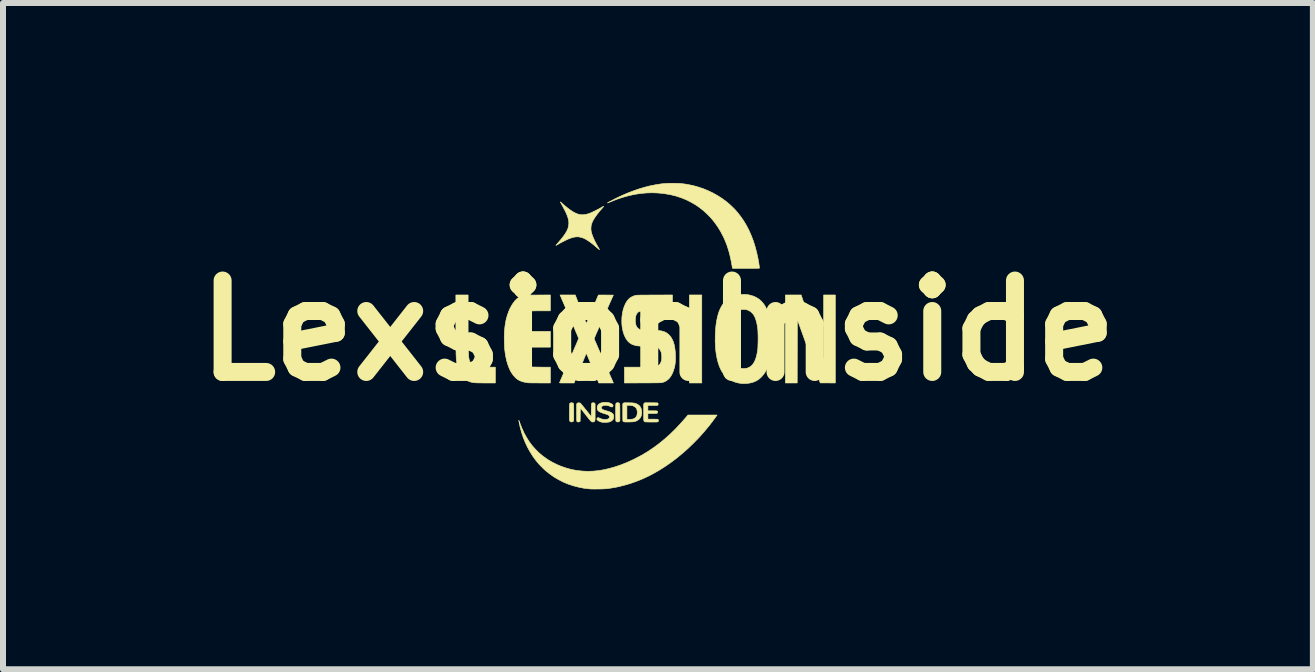
<source format=kicad_pcb>
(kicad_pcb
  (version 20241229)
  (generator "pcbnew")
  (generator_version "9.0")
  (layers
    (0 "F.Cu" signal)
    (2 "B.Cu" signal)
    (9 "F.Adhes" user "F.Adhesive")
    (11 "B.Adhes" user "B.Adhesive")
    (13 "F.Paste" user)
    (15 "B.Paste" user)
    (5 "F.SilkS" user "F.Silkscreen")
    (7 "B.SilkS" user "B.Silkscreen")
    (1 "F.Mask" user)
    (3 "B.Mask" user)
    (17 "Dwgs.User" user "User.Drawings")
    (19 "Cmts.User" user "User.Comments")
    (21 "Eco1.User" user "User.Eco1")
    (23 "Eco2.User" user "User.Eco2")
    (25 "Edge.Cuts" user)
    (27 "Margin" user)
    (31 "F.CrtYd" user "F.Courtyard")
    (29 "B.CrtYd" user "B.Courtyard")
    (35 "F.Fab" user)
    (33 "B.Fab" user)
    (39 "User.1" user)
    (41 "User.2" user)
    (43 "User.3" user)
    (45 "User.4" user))
  (footprint "LexsionInside"
    (layer "F.Cu")
    (at 7.918 2.461)
    (property "Reference" "LexsionInside" (at 0 0 0) (layer "F.SilkS") (effects (font (size 1.524 1.524) (thickness 0.3))))
    (attr through_hole)
    (fp_poly (pts (xy 0.73 0.873) (xy 0.524 0.873) (xy 0.524 -0.594) (xy 0.73 -0.594) (xy 0.73 0.873)) (stroke (width 0.01) (type solid)) (fill yes) (layer "F.SilkS"))
    (fp_poly (pts (xy 2.574 -0.054) (xy 2.761 0.487) (xy 2.762 -0.594) (xy 2.956 -0.594) (xy 2.956 0.873) (xy 2.83 0.872) (xy 2.705 0.872) (xy 2.323 -0.186) (xy 2.321 0.873) (xy 2.124 0.873) (xy 2.124 -0.594) (xy 2.386 -0.594) (xy 2.574 -0.054)) (stroke (width 0.01) (type solid)) (fill yes) (layer "F.SilkS"))
    (fp_poly (pts (xy -0.655 1.204) (xy -0.644 1.21) (xy -0.639 1.218) (xy -0.638 1.223) (xy -0.637 1.234) (xy -0.636 1.25) (xy -0.636 1.272) (xy -0.635 1.3) (xy -0.635 1.334) (xy -0.635 1.365) (xy -0.635 1.504) (xy -0.643 1.512) (xy -0.656 1.521) (xy -0.67 1.523) (xy -0.686 1.52) (xy -0.688 1.519) (xy -0.696 1.515) (xy -0.701 1.509) (xy -0.701 1.509) (xy -0.702 1.504) (xy -0.703 1.493) (xy -0.704 1.475) (xy -0.704 1.452) (xy -0.705 1.423) (xy -0.705 1.387) (xy -0.705 1.361) (xy -0.705 1.326) (xy -0.705 1.297) (xy -0.705 1.273) (xy -0.704 1.254) (xy -0.704 1.239) (xy -0.703 1.228) (xy -0.701 1.219) (xy -0.699 1.213) (xy -0.697 1.21) (xy -0.694 1.207) (xy -0.69 1.205) (xy -0.685 1.204) (xy -0.684 1.204) (xy -0.669 1.202) (xy -0.655 1.204)) (stroke (width 0.01) (type solid)) (fill yes) (layer "F.SilkS"))
    (fp_poly (pts (xy -1.431 1.203) (xy -1.418 1.208) (xy -1.411 1.213) (xy -1.41 1.215) (xy -1.408 1.218) (xy -1.407 1.221) (xy -1.407 1.227) (xy -1.406 1.235) (xy -1.405 1.246) (xy -1.405 1.261) (xy -1.405 1.28) (xy -1.404 1.303) (xy -1.404 1.332) (xy -1.404 1.357) (xy -1.404 1.392) (xy -1.404 1.423) (xy -1.404 1.449) (xy -1.404 1.471) (xy -1.405 1.487) (xy -1.406 1.498) (xy -1.406 1.503) (xy -1.413 1.513) (xy -1.424 1.52) (xy -1.437 1.523) (xy -1.451 1.521) (xy -1.457 1.519) (xy -1.462 1.516) (xy -1.465 1.514) (xy -1.468 1.511) (xy -1.471 1.507) (xy -1.473 1.501) (xy -1.474 1.492) (xy -1.475 1.481) (xy -1.476 1.466) (xy -1.476 1.448) (xy -1.476 1.424) (xy -1.476 1.396) (xy -1.476 1.361) (xy -1.476 1.358) (xy -1.475 1.325) (xy -1.475 1.297) (xy -1.475 1.275) (xy -1.475 1.257) (xy -1.474 1.244) (xy -1.474 1.233) (xy -1.473 1.226) (xy -1.472 1.221) (xy -1.471 1.217) (xy -1.47 1.215) (xy -1.469 1.213) (xy -1.458 1.206) (xy -1.445 1.202) (xy -1.431 1.203)) (stroke (width 0.01) (type solid)) (fill yes) (layer "F.SilkS"))
    (fp_poly (pts (xy -0.464 1.204) (xy -0.439 1.204) (xy -0.418 1.206) (xy -0.4 1.208) (xy -0.385 1.211) (xy -0.37 1.215) (xy -0.356 1.221) (xy -0.35 1.224) (xy -0.325 1.239) (xy -0.304 1.258) (xy -0.289 1.281) (xy -0.278 1.308) (xy -0.272 1.336) (xy -0.27 1.371) (xy -0.274 1.403) (xy -0.283 1.432) (xy -0.297 1.457) (xy -0.317 1.478) (xy -0.341 1.496) (xy -0.37 1.51) (xy -0.391 1.516) (xy -0.401 1.518) (xy -0.417 1.52) (xy -0.435 1.521) (xy -0.456 1.522) (xy -0.478 1.523) (xy -0.5 1.523) (xy -0.521 1.523) (xy -0.54 1.523) (xy -0.555 1.522) (xy -0.566 1.521) (xy -0.57 1.52) (xy -0.578 1.515) (xy -0.584 1.509) (xy -0.584 1.509) (xy -0.585 1.504) (xy -0.586 1.493) (xy -0.586 1.475) (xy -0.587 1.452) (xy -0.587 1.423) (xy -0.587 1.387) (xy -0.587 1.361) (xy -0.587 1.245) (xy -0.518 1.245) (xy -0.518 1.48) (xy -0.471 1.479) (xy -0.445 1.478) (xy -0.426 1.476) (xy -0.413 1.473) (xy -0.41 1.472) (xy -0.388 1.461) (xy -0.37 1.445) (xy -0.356 1.425) (xy -0.351 1.411) (xy -0.347 1.394) (xy -0.345 1.373) (xy -0.345 1.352) (xy -0.348 1.331) (xy -0.352 1.314) (xy -0.352 1.313) (xy -0.363 1.292) (xy -0.378 1.276) (xy -0.397 1.263) (xy -0.421 1.253) (xy -0.45 1.247) (xy -0.484 1.245) (xy -0.494 1.245) (xy -0.518 1.245) (xy -0.587 1.245) (xy -0.587 1.22) (xy -0.578 1.212) (xy -0.568 1.203) (xy -0.495 1.203) (xy -0.464 1.204)) (stroke (width 0.01) (type solid)) (fill yes) (layer "F.SilkS"))
    (fp_poly (pts (xy -3.165 -0.191) (xy -3.165 -0.115) (xy -3.165 -0.044) (xy -3.165 0.02) (xy -3.165 0.08) (xy -3.165 0.134) (xy -3.164 0.182) (xy -3.163 0.227) (xy -3.163 0.267) (xy -3.162 0.302) (xy -3.161 0.334) (xy -3.16 0.362) (xy -3.159 0.387) (xy -3.157 0.409) (xy -3.156 0.428) (xy -3.154 0.445) (xy -3.152 0.459) (xy -3.15 0.472) (xy -3.148 0.482) (xy -3.146 0.488) (xy -3.137 0.516) (xy -3.125 0.539) (xy -3.11 0.558) (xy -3.091 0.573) (xy -3.068 0.586) (xy -3.04 0.595) (xy -3.007 0.602) (xy -2.977 0.606) (xy -2.965 0.607) (xy -2.948 0.608) (xy -2.927 0.608) (xy -2.903 0.609) (xy -2.876 0.609) (xy -2.848 0.61) (xy -2.827 0.61) (xy -2.711 0.61) (xy -2.711 0.873) (xy -2.866 0.873) (xy -2.898 0.873) (xy -2.929 0.872) (xy -2.958 0.872) (xy -2.985 0.872) (xy -3.008 0.871) (xy -3.027 0.871) (xy -3.041 0.87) (xy -3.05 0.869) (xy -3.092 0.864) (xy -3.129 0.855) (xy -3.161 0.843) (xy -3.191 0.827) (xy -3.218 0.807) (xy -3.244 0.784) (xy -3.271 0.751) (xy -3.295 0.713) (xy -3.315 0.671) (xy -3.333 0.624) (xy -3.346 0.574) (xy -3.356 0.52) (xy -3.357 0.51) (xy -3.359 0.497) (xy -3.36 0.485) (xy -3.361 0.471) (xy -3.363 0.456) (xy -3.363 0.44) (xy -3.364 0.422) (xy -3.365 0.402) (xy -3.366 0.379) (xy -3.366 0.353) (xy -3.367 0.324) (xy -3.367 0.292) (xy -3.368 0.256) (xy -3.368 0.216) (xy -3.368 0.172) (xy -3.368 0.122) (xy -3.368 0.068) (xy -3.369 0.008) (xy -3.369 -0.058) (xy -3.369 -0.123) (xy -3.369 -0.594) (xy -3.165 -0.594) (xy -3.165 -0.191)) (stroke (width 0.01) (type solid)) (fill yes) (layer "F.SilkS"))
    (fp_poly (pts (xy -1.066 1.204) (xy -1.058 1.209) (xy -1.056 1.211) (xy -1.048 1.219) (xy -1.048 1.357) (xy -1.048 1.392) (xy -1.048 1.422) (xy -1.048 1.446) (xy -1.048 1.465) (xy -1.049 1.481) (xy -1.05 1.492) (xy -1.052 1.501) (xy -1.054 1.508) (xy -1.056 1.512) (xy -1.06 1.515) (xy -1.063 1.517) (xy -1.068 1.519) (xy -1.068 1.519) (xy -1.081 1.523) (xy -1.093 1.523) (xy -1.106 1.518) (xy -1.106 1.518) (xy -1.11 1.516) (xy -1.115 1.512) (xy -1.121 1.506) (xy -1.128 1.498) (xy -1.137 1.488) (xy -1.149 1.474) (xy -1.163 1.456) (xy -1.18 1.434) (xy -1.201 1.408) (xy -1.206 1.401) (xy -1.294 1.289) (xy -1.296 1.401) (xy -1.296 1.427) (xy -1.296 1.451) (xy -1.297 1.472) (xy -1.297 1.49) (xy -1.297 1.503) (xy -1.298 1.511) (xy -1.298 1.514) (xy -1.301 1.515) (xy -1.307 1.519) (xy -1.308 1.519) (xy -1.321 1.523) (xy -1.335 1.523) (xy -1.34 1.522) (xy -1.346 1.518) (xy -1.35 1.515) (xy -1.351 1.514) (xy -1.353 1.511) (xy -1.353 1.507) (xy -1.354 1.501) (xy -1.355 1.493) (xy -1.355 1.481) (xy -1.355 1.466) (xy -1.356 1.446) (xy -1.356 1.422) (xy -1.356 1.392) (xy -1.356 1.366) (xy -1.356 1.222) (xy -1.346 1.213) (xy -1.34 1.207) (xy -1.332 1.204) (xy -1.322 1.203) (xy -1.321 1.203) (xy -1.307 1.205) (xy -1.296 1.208) (xy -1.295 1.209) (xy -1.291 1.212) (xy -1.284 1.22) (xy -1.274 1.232) (xy -1.261 1.248) (xy -1.246 1.266) (xy -1.229 1.287) (xy -1.212 1.309) (xy -1.199 1.324) (xy -1.113 1.434) (xy -1.111 1.328) (xy -1.111 1.297) (xy -1.11 1.272) (xy -1.11 1.253) (xy -1.109 1.237) (xy -1.108 1.226) (xy -1.106 1.218) (xy -1.104 1.212) (xy -1.102 1.209) (xy -1.099 1.206) (xy -1.097 1.205) (xy -1.091 1.204) (xy -1.081 1.203) (xy -1.078 1.203) (xy -1.066 1.204)) (stroke (width 0.01) (type solid)) (fill yes) (layer "F.SilkS"))
    (fp_poly (pts (xy -0.085 1.203) (xy -0.061 1.203) (xy -0.043 1.204) (xy -0.029 1.204) (xy -0.019 1.204) (xy -0.012 1.205) (xy -0.007 1.206) (xy -0.004 1.207) (xy -0.003 1.209) (xy -0.002 1.209) (xy 0.002 1.218) (xy 0.003 1.228) (xy 0.001 1.238) (xy -0.003 1.243) (xy -0.005 1.244) (xy -0.009 1.245) (xy -0.015 1.246) (xy -0.024 1.247) (xy -0.036 1.247) (xy -0.053 1.248) (xy -0.076 1.248) (xy -0.088 1.248) (xy -0.168 1.248) (xy -0.168 1.337) (xy -0.093 1.337) (xy -0.067 1.337) (xy -0.047 1.337) (xy -0.032 1.338) (xy -0.021 1.339) (xy -0.014 1.341) (xy -0.01 1.344) (xy -0.007 1.348) (xy -0.006 1.353) (xy -0.006 1.359) (xy -0.007 1.366) (xy -0.008 1.371) (xy -0.01 1.375) (xy -0.015 1.377) (xy -0.023 1.379) (xy -0.035 1.38) (xy -0.051 1.381) (xy -0.072 1.381) (xy -0.093 1.381) (xy -0.168 1.381) (xy -0.168 1.476) (xy -0.088 1.476) (xy -0.063 1.476) (xy -0.044 1.477) (xy -0.029 1.477) (xy -0.019 1.477) (xy -0.011 1.478) (xy -0.006 1.479) (xy -0.003 1.48) (xy 0.000385 1.482) (xy 0.001 1.483) (xy 0.008 1.491) (xy 0.01 1.5) (xy 0.007 1.51) (xy 0.001 1.517) (xy -0.001 1.519) (xy -0.004 1.521) (xy -0.008 1.522) (xy -0.014 1.523) (xy -0.023 1.523) (xy -0.034 1.524) (xy -0.05 1.524) (xy -0.07 1.524) (xy -0.095 1.524) (xy -0.109 1.524) (xy -0.134 1.524) (xy -0.158 1.523) (xy -0.178 1.523) (xy -0.195 1.522) (xy -0.208 1.522) (xy -0.216 1.521) (xy -0.218 1.521) (xy -0.224 1.517) (xy -0.231 1.51) (xy -0.231 1.51) (xy -0.233 1.507) (xy -0.234 1.505) (xy -0.235 1.502) (xy -0.236 1.497) (xy -0.237 1.49) (xy -0.237 1.48) (xy -0.238 1.468) (xy -0.238 1.451) (xy -0.238 1.43) (xy -0.238 1.404) (xy -0.238 1.373) (xy -0.238 1.222) (xy -0.229 1.213) (xy -0.22 1.203) (xy -0.113 1.203) (xy -0.085 1.203)) (stroke (width 0.01) (type solid)) (fill yes) (layer "F.SilkS"))
    (fp_poly (pts (xy -0.841 1.198) (xy -0.81 1.204) (xy -0.783 1.215) (xy -0.76 1.229) (xy -0.759 1.23) (xy -0.752 1.238) (xy -0.75 1.246) (xy -0.749 1.251) (xy -0.751 1.263) (xy -0.758 1.27) (xy -0.768 1.273) (xy -0.781 1.271) (xy -0.797 1.264) (xy -0.82 1.254) (xy -0.843 1.248) (xy -0.867 1.245) (xy -0.889 1.245) (xy -0.909 1.249) (xy -0.926 1.257) (xy -0.937 1.266) (xy -0.943 1.274) (xy -0.945 1.281) (xy -0.945 1.287) (xy -0.941 1.297) (xy -0.935 1.305) (xy -0.924 1.313) (xy -0.91 1.321) (xy -0.89 1.328) (xy -0.864 1.336) (xy -0.862 1.336) (xy -0.832 1.345) (xy -0.807 1.353) (xy -0.788 1.361) (xy -0.773 1.37) (xy -0.76 1.379) (xy -0.751 1.389) (xy -0.747 1.394) (xy -0.743 1.402) (xy -0.74 1.409) (xy -0.739 1.417) (xy -0.738 1.429) (xy -0.738 1.435) (xy -0.739 1.453) (xy -0.741 1.466) (xy -0.747 1.477) (xy -0.755 1.488) (xy -0.761 1.494) (xy -0.771 1.503) (xy -0.781 1.509) (xy -0.793 1.515) (xy -0.809 1.522) (xy -0.822 1.525) (xy -0.84 1.527) (xy -0.861 1.529) (xy -0.882 1.53) (xy -0.904 1.529) (xy -0.923 1.528) (xy -0.939 1.526) (xy -0.94 1.525) (xy -0.96 1.52) (xy -0.978 1.512) (xy -0.995 1.503) (xy -1.007 1.494) (xy -1.016 1.485) (xy -1.019 1.476) (xy -1.019 1.476) (xy -1.017 1.466) (xy -1.011 1.457) (xy -1.003 1.452) (xy -0.998 1.451) (xy -0.991 1.452) (xy -0.981 1.456) (xy -0.969 1.461) (xy -0.967 1.462) (xy -0.943 1.472) (xy -0.918 1.478) (xy -0.893 1.481) (xy -0.869 1.482) (xy -0.848 1.478) (xy -0.83 1.472) (xy -0.817 1.462) (xy -0.814 1.46) (xy -0.808 1.448) (xy -0.807 1.435) (xy -0.812 1.423) (xy -0.822 1.412) (xy -0.835 1.403) (xy -0.843 1.4) (xy -0.856 1.395) (xy -0.871 1.391) (xy -0.887 1.386) (xy -0.919 1.376) (xy -0.946 1.366) (xy -0.968 1.356) (xy -0.985 1.346) (xy -0.997 1.336) (xy -1.006 1.324) (xy -1.009 1.319) (xy -1.012 1.305) (xy -1.013 1.289) (xy -1.012 1.271) (xy -1.008 1.257) (xy -1.006 1.252) (xy -0.994 1.234) (xy -0.977 1.219) (xy -0.954 1.208) (xy -0.927 1.2) (xy -0.895 1.196) (xy -0.876 1.196) (xy -0.841 1.198)) (stroke (width 0.01) (type solid)) (fill yes) (layer "F.SilkS"))
    (fp_poly (pts (xy 0.979 1.415) (xy 0.972 1.426) (xy 0.962 1.44) (xy 0.949 1.458) (xy 0.934 1.478) (xy 0.918 1.5) (xy 0.901 1.523) (xy 0.884 1.545) (xy 0.868 1.566) (xy 0.853 1.585) (xy 0.846 1.594) (xy 0.765 1.691) (xy 0.681 1.785) (xy 0.593 1.875) (xy 0.503 1.962) (xy 0.41 2.044) (xy 0.315 2.123) (xy 0.218 2.196) (xy 0.12 2.264) (xy 0.021 2.327) (xy -0.079 2.384) (xy -0.149 2.421) (xy -0.254 2.47) (xy -0.36 2.513) (xy -0.468 2.551) (xy -0.577 2.582) (xy -0.686 2.608) (xy -0.796 2.627) (xy -0.848 2.634) (xy -0.863 2.635) (xy -0.884 2.637) (xy -0.909 2.638) (xy -0.937 2.639) (xy -0.967 2.64) (xy -0.999 2.64) (xy -1.029 2.64) (xy -1.059 2.641) (xy -1.087 2.64) (xy -1.111 2.64) (xy -1.131 2.639) (xy -1.143 2.638) (xy -1.236 2.627) (xy -1.326 2.609) (xy -1.414 2.586) (xy -1.498 2.558) (xy -1.58 2.524) (xy -1.658 2.484) (xy -1.734 2.439) (xy -1.806 2.388) (xy -1.876 2.332) (xy -1.919 2.292) (xy -1.978 2.232) (xy -2.033 2.167) (xy -2.084 2.097) (xy -2.131 2.023) (xy -2.174 1.946) (xy -2.212 1.865) (xy -2.246 1.782) (xy -2.274 1.696) (xy -2.298 1.608) (xy -2.31 1.553) (xy -2.313 1.536) (xy -2.316 1.521) (xy -2.318 1.51) (xy -2.32 1.503) (xy -2.32 1.502) (xy -2.321 1.496) (xy -2.32 1.495) (xy -2.317 1.5) (xy -2.313 1.509) (xy -2.308 1.522) (xy -2.304 1.535) (xy -2.271 1.62) (xy -2.235 1.701) (xy -2.193 1.777) (xy -2.148 1.849) (xy -2.098 1.916) (xy -2.043 1.978) (xy -1.984 2.037) (xy -1.921 2.09) (xy -1.903 2.103) (xy -1.835 2.151) (xy -1.762 2.194) (xy -1.686 2.232) (xy -1.607 2.265) (xy -1.526 2.292) (xy -1.442 2.315) (xy -1.357 2.331) (xy -1.341 2.333) (xy -1.257 2.342) (xy -1.17 2.346) (xy -1.082 2.343) (xy -0.992 2.334) (xy -0.9 2.319) (xy -0.807 2.297) (xy -0.712 2.27) (xy -0.615 2.237) (xy -0.517 2.198) (xy -0.418 2.153) (xy -0.378 2.133) (xy -0.275 2.079) (xy -0.174 2.019) (xy -0.077 1.954) (xy 0.019 1.883) (xy 0.112 1.807) (xy 0.204 1.725) (xy 0.293 1.638) (xy 0.381 1.544) (xy 0.465 1.449) (xy 0.5 1.407) (xy 0.743 1.407) (xy 0.985 1.407) (xy 0.979 1.415)) (stroke (width 0.01) (type solid)) (fill yes) (layer "F.SilkS"))
    (fp_poly (pts (xy 0.29 -2.455) (xy 0.327 -2.454) (xy 0.361 -2.453) (xy 0.394 -2.45) (xy 0.426 -2.446) (xy 0.459 -2.442) (xy 0.492 -2.436) (xy 0.58 -2.419) (xy 0.666 -2.395) (xy 0.751 -2.367) (xy 0.834 -2.333) (xy 0.914 -2.295) (xy 0.991 -2.252) (xy 1.065 -2.205) (xy 1.136 -2.153) (xy 1.201 -2.098) (xy 1.262 -2.04) (xy 1.287 -2.014) (xy 1.34 -1.952) (xy 1.388 -1.889) (xy 1.433 -1.823) (xy 1.474 -1.754) (xy 1.513 -1.679) (xy 1.515 -1.675) (xy 1.553 -1.589) (xy 1.588 -1.499) (xy 1.618 -1.405) (xy 1.644 -1.307) (xy 1.667 -1.203) (xy 1.671 -1.18) (xy 1.674 -1.162) (xy 1.678 -1.143) (xy 1.681 -1.123) (xy 1.684 -1.102) (xy 1.687 -1.083) (xy 1.689 -1.067) (xy 1.691 -1.053) (xy 1.692 -1.045) (xy 1.692 -1.043) (xy 1.692 -1.042) (xy 1.689 -1.041) (xy 1.685 -1.04) (xy 1.678 -1.04) (xy 1.669 -1.039) (xy 1.656 -1.039) (xy 1.639 -1.039) (xy 1.618 -1.039) (xy 1.593 -1.038) (xy 1.563 -1.038) (xy 1.528 -1.038) (xy 1.486 -1.038) (xy 1.467 -1.038) (xy 1.242 -1.038) (xy 1.24 -1.049) (xy 1.227 -1.124) (xy 1.213 -1.194) (xy 1.198 -1.26) (xy 1.182 -1.321) (xy 1.164 -1.379) (xy 1.145 -1.436) (xy 1.123 -1.49) (xy 1.1 -1.544) (xy 1.084 -1.576) (xy 1.041 -1.658) (xy 0.993 -1.735) (xy 0.941 -1.808) (xy 0.885 -1.876) (xy 0.824 -1.939) (xy 0.76 -1.998) (xy 0.692 -2.052) (xy 0.62 -2.101) (xy 0.545 -2.144) (xy 0.466 -2.183) (xy 0.384 -2.216) (xy 0.3 -2.243) (xy 0.212 -2.265) (xy 0.197 -2.268) (xy 0.101 -2.284) (xy 0.004 -2.294) (xy -0.093 -2.298) (xy -0.191 -2.295) (xy -0.29 -2.286) (xy -0.389 -2.271) (xy -0.489 -2.249) (xy -0.59 -2.221) (xy -0.691 -2.187) (xy -0.792 -2.147) (xy -0.801 -2.143) (xy -0.816 -2.137) (xy -0.828 -2.132) (xy -0.837 -2.129) (xy -0.842 -2.128) (xy -0.842 -2.128) (xy -0.84 -2.13) (xy -0.834 -2.134) (xy -0.824 -2.14) (xy -0.811 -2.147) (xy -0.805 -2.15) (xy -0.71 -2.2) (xy -0.614 -2.246) (xy -0.517 -2.288) (xy -0.421 -2.325) (xy -0.326 -2.359) (xy -0.232 -2.387) (xy -0.14 -2.411) (xy -0.051 -2.429) (xy 0.022 -2.441) (xy 0.055 -2.446) (xy 0.085 -2.449) (xy 0.112 -2.451) (xy 0.139 -2.453) (xy 0.167 -2.455) (xy 0.197 -2.455) (xy 0.232 -2.456) (xy 0.248 -2.456) (xy 0.29 -2.455)) (stroke (width 0.01) (type solid)) (fill yes) (layer "F.SilkS"))
    (fp_poly (pts (xy -1.794 -0.33) (xy -1.945 -0.33) (xy -1.987 -0.33) (xy -2.024 -0.33) (xy -2.055 -0.329) (xy -2.081 -0.329) (xy -2.103 -0.328) (xy -2.122 -0.327) (xy -2.138 -0.325) (xy -2.152 -0.324) (xy -2.164 -0.322) (xy -2.175 -0.319) (xy -2.176 -0.319) (xy -2.205 -0.309) (xy -2.229 -0.295) (xy -2.251 -0.276) (xy -2.271 -0.251) (xy -2.288 -0.221) (xy -2.296 -0.203) (xy -2.305 -0.177) (xy -2.313 -0.15) (xy -2.318 -0.119) (xy -2.323 -0.084) (xy -2.326 -0.049) (xy -2.327 -0.034) (xy -2.328 -0.019) (xy -2.329 -0.006) (xy -2.329 -0.004) (xy -2.331 0.013) (xy -1.794 0.013) (xy -1.794 0.276) (xy -2.331 0.276) (xy -2.329 0.293) (xy -2.325 0.324) (xy -2.322 0.351) (xy -2.319 0.372) (xy -2.316 0.391) (xy -2.312 0.408) (xy -2.309 0.423) (xy -2.304 0.438) (xy -2.301 0.448) (xy -2.288 0.483) (xy -2.272 0.514) (xy -2.253 0.539) (xy -2.231 0.56) (xy -2.205 0.576) (xy -2.199 0.58) (xy -2.187 0.585) (xy -2.176 0.59) (xy -2.166 0.594) (xy -2.155 0.598) (xy -2.143 0.601) (xy -2.13 0.603) (xy -2.115 0.604) (xy -2.097 0.606) (xy -2.076 0.607) (xy -2.051 0.607) (xy -2.021 0.608) (xy -1.985 0.608) (xy -1.953 0.609) (xy -1.794 0.61) (xy -1.794 0.873) (xy -1.965 0.873) (xy -1.997 0.872) (xy -2.029 0.872) (xy -2.058 0.872) (xy -2.084 0.872) (xy -2.107 0.872) (xy -2.125 0.871) (xy -2.139 0.871) (xy -2.148 0.871) (xy -2.149 0.871) (xy -2.17 0.869) (xy -2.193 0.865) (xy -2.218 0.861) (xy -2.241 0.856) (xy -2.262 0.85) (xy -2.272 0.847) (xy -2.31 0.831) (xy -2.345 0.81) (xy -2.378 0.782) (xy -2.408 0.749) (xy -2.436 0.711) (xy -2.462 0.667) (xy -2.484 0.618) (xy -2.504 0.563) (xy -2.522 0.503) (xy -2.536 0.439) (xy -2.548 0.369) (xy -2.554 0.318) (xy -2.556 0.296) (xy -2.558 0.269) (xy -2.559 0.238) (xy -2.561 0.204) (xy -2.561 0.169) (xy -2.562 0.134) (xy -2.562 0.1) (xy -2.561 0.069) (xy -2.56 0.04) (xy -2.559 0.017) (xy -2.552 -0.059) (xy -2.542 -0.13) (xy -2.528 -0.197) (xy -2.51 -0.259) (xy -2.489 -0.318) (xy -2.465 -0.373) (xy -2.461 -0.38) (xy -2.436 -0.425) (xy -2.409 -0.465) (xy -2.382 -0.5) (xy -2.353 -0.529) (xy -2.324 -0.551) (xy -2.3 -0.565) (xy -2.288 -0.57) (xy -2.272 -0.576) (xy -2.255 -0.582) (xy -2.249 -0.583) (xy -2.218 -0.592) (xy -2.006 -0.593) (xy -1.794 -0.594) (xy -1.794 -0.33)) (stroke (width 0.01) (type solid)) (fill yes) (layer "F.SilkS"))
    (fp_poly (pts (xy -1.625 -2.144) (xy -1.619 -2.14) (xy -1.611 -2.133) (xy -1.603 -2.126) (xy -1.592 -2.116) (xy -1.578 -2.104) (xy -1.563 -2.091) (xy -1.553 -2.082) (xy -1.51 -2.047) (xy -1.471 -2.017) (xy -1.434 -1.992) (xy -1.4 -1.971) (xy -1.367 -1.955) (xy -1.336 -1.943) (xy -1.305 -1.935) (xy -1.275 -1.931) (xy -1.245 -1.931) (xy -1.213 -1.935) (xy -1.181 -1.942) (xy -1.149 -1.951) (xy -1.131 -1.958) (xy -1.108 -1.968) (xy -1.082 -1.98) (xy -1.053 -1.994) (xy -1.024 -2.009) (xy -0.994 -2.024) (xy -0.966 -2.04) (xy -0.954 -2.046) (xy -0.939 -2.055) (xy -0.925 -2.063) (xy -0.914 -2.068) (xy -0.907 -2.072) (xy -0.905 -2.073) (xy -0.906 -2.07) (xy -0.911 -2.064) (xy -0.918 -2.054) (xy -0.928 -2.042) (xy -0.937 -2.032) (xy -0.974 -1.99) (xy -1.005 -1.95) (xy -1.032 -1.914) (xy -1.055 -1.881) (xy -1.074 -1.85) (xy -1.09 -1.821) (xy -1.101 -1.793) (xy -1.107 -1.778) (xy -1.114 -1.748) (xy -1.117 -1.715) (xy -1.117 -1.681) (xy -1.113 -1.653) (xy -1.105 -1.62) (xy -1.092 -1.583) (xy -1.075 -1.541) (xy -1.054 -1.495) (xy -1.028 -1.445) (xy -1.007 -1.408) (xy -0.998 -1.391) (xy -0.989 -1.377) (xy -0.982 -1.364) (xy -0.978 -1.356) (xy -0.975 -1.352) (xy -0.975 -1.352) (xy -0.975 -1.349) (xy -0.978 -1.35) (xy -0.984 -1.355) (xy -0.995 -1.363) (xy -1.009 -1.376) (xy -1.018 -1.383) (xy -1.06 -1.42) (xy -1.1 -1.452) (xy -1.136 -1.479) (xy -1.17 -1.502) (xy -1.201 -1.521) (xy -1.231 -1.537) (xy -1.259 -1.548) (xy -1.287 -1.556) (xy -1.314 -1.561) (xy -1.317 -1.562) (xy -1.343 -1.564) (xy -1.37 -1.562) (xy -1.399 -1.558) (xy -1.431 -1.55) (xy -1.464 -1.539) (xy -1.501 -1.524) (xy -1.541 -1.505) (xy -1.585 -1.483) (xy -1.634 -1.457) (xy -1.649 -1.448) (xy -1.665 -1.439) (xy -1.679 -1.431) (xy -1.69 -1.425) (xy -1.698 -1.421) (xy -1.701 -1.42) (xy -1.699 -1.423) (xy -1.694 -1.429) (xy -1.686 -1.439) (xy -1.675 -1.452) (xy -1.665 -1.464) (xy -1.631 -1.504) (xy -1.601 -1.54) (xy -1.576 -1.573) (xy -1.554 -1.603) (xy -1.536 -1.631) (xy -1.521 -1.658) (xy -1.509 -1.683) (xy -1.499 -1.708) (xy -1.498 -1.711) (xy -1.49 -1.746) (xy -1.486 -1.782) (xy -1.487 -1.82) (xy -1.492 -1.848) (xy -1.5 -1.88) (xy -1.513 -1.917) (xy -1.53 -1.959) (xy -1.552 -2.004) (xy -1.578 -2.053) (xy -1.6 -2.093) (xy -1.609 -2.11) (xy -1.617 -2.124) (xy -1.623 -2.135) (xy -1.627 -2.142) (xy -1.628 -2.145) (xy -1.625 -2.144)) (stroke (width 0.01) (type solid)) (fill yes) (layer "F.SilkS"))
    (fp_poly (pts (xy 1.452 -0.603) (xy 1.503 -0.598) (xy 1.551 -0.587) (xy 1.597 -0.572) (xy 1.64 -0.552) (xy 1.68 -0.527) (xy 1.715 -0.498) (xy 1.724 -0.489) (xy 1.755 -0.454) (xy 1.782 -0.415) (xy 1.806 -0.371) (xy 1.828 -0.322) (xy 1.846 -0.267) (xy 1.854 -0.237) (xy 1.868 -0.175) (xy 1.879 -0.11) (xy 1.887 -0.042) (xy 1.893 0.031) (xy 1.895 0.086) (xy 1.896 0.174) (xy 1.894 0.257) (xy 1.888 0.334) (xy 1.88 0.406) (xy 1.868 0.473) (xy 1.853 0.535) (xy 1.834 0.592) (xy 1.813 0.643) (xy 1.788 0.69) (xy 1.759 0.732) (xy 1.727 0.769) (xy 1.717 0.78) (xy 1.681 0.811) (xy 1.642 0.836) (xy 1.6 0.855) (xy 1.555 0.869) (xy 1.506 0.878) (xy 1.454 0.882) (xy 1.435 0.882) (xy 1.419 0.882) (xy 1.404 0.881) (xy 1.392 0.881) (xy 1.384 0.88) (xy 1.335 0.872) (xy 1.287 0.859) (xy 1.241 0.841) (xy 1.199 0.818) (xy 1.197 0.817) (xy 1.159 0.79) (xy 1.124 0.759) (xy 1.094 0.723) (xy 1.066 0.683) (xy 1.043 0.64) (xy 1.021 0.588) (xy 1.002 0.531) (xy 0.986 0.469) (xy 0.973 0.402) (xy 0.963 0.33) (xy 0.957 0.255) (xy 0.954 0.175) (xy 0.955 0.121) (xy 1.182 0.121) (xy 1.182 0.171) (xy 1.183 0.209) (xy 1.184 0.243) (xy 1.185 0.272) (xy 1.187 0.297) (xy 1.19 0.321) (xy 1.193 0.344) (xy 1.196 0.367) (xy 1.201 0.391) (xy 1.202 0.395) (xy 1.213 0.443) (xy 1.227 0.485) (xy 1.244 0.522) (xy 1.263 0.553) (xy 1.285 0.578) (xy 1.311 0.599) (xy 1.339 0.615) (xy 1.358 0.622) (xy 1.391 0.63) (xy 1.426 0.633) (xy 1.461 0.631) (xy 1.483 0.627) (xy 1.512 0.616) (xy 1.539 0.601) (xy 1.564 0.581) (xy 1.585 0.556) (xy 1.605 0.525) (xy 1.621 0.49) (xy 1.636 0.448) (xy 1.648 0.401) (xy 1.658 0.349) (xy 1.663 0.311) (xy 1.665 0.291) (xy 1.666 0.266) (xy 1.667 0.236) (xy 1.668 0.204) (xy 1.669 0.169) (xy 1.669 0.134) (xy 1.669 0.098) (xy 1.668 0.064) (xy 1.667 0.033) (xy 1.666 0.005) (xy 1.664 -0.019) (xy 1.663 -0.032) (xy 1.655 -0.086) (xy 1.645 -0.135) (xy 1.633 -0.178) (xy 1.62 -0.216) (xy 1.604 -0.248) (xy 1.586 -0.276) (xy 1.565 -0.299) (xy 1.542 -0.318) (xy 1.516 -0.333) (xy 1.516 -0.333) (xy 1.493 -0.343) (xy 1.47 -0.35) (xy 1.446 -0.353) (xy 1.422 -0.353) (xy 1.386 -0.35) (xy 1.352 -0.342) (xy 1.322 -0.327) (xy 1.294 -0.307) (xy 1.27 -0.282) (xy 1.248 -0.251) (xy 1.23 -0.215) (xy 1.214 -0.173) (xy 1.207 -0.145) (xy 1.2 -0.113) (xy 1.194 -0.081) (xy 1.189 -0.047) (xy 1.186 -0.01) (xy 1.183 0.029) (xy 1.182 0.073) (xy 1.182 0.121) (xy 0.955 0.121) (xy 0.955 0.092) (xy 0.956 0.064) (xy 0.96 -0.015) (xy 0.967 -0.089) (xy 0.977 -0.157) (xy 0.99 -0.22) (xy 1.005 -0.278) (xy 1.023 -0.331) (xy 1.045 -0.378) (xy 1.069 -0.421) (xy 1.095 -0.459) (xy 1.125 -0.493) (xy 1.159 -0.522) (xy 1.162 -0.524) (xy 1.184 -0.539) (xy 1.211 -0.554) (xy 1.24 -0.568) (xy 1.269 -0.579) (xy 1.295 -0.587) (xy 1.348 -0.598) (xy 1.401 -0.603) (xy 1.452 -0.603)) (stroke (width 0.01) (type solid)) (fill yes) (layer "F.SilkS"))
    (fp_poly (pts (xy -1.287 -0.356) (xy -1.273 -0.319) (xy -1.259 -0.284) (xy -1.246 -0.251) (xy -1.235 -0.221) (xy -1.224 -0.194) (xy -1.214 -0.17) (xy -1.206 -0.151) (xy -1.2 -0.136) (xy -1.196 -0.125) (xy -1.194 -0.12) (xy -1.193 -0.12) (xy -1.192 -0.123) (xy -1.188 -0.132) (xy -1.182 -0.145) (xy -1.174 -0.164) (xy -1.165 -0.186) (xy -1.154 -0.212) (xy -1.142 -0.241) (xy -1.128 -0.272) (xy -1.114 -0.307) (xy -1.099 -0.342) (xy -1.093 -0.357) (xy -1.077 -0.393) (xy -1.063 -0.428) (xy -1.049 -0.461) (xy -1.036 -0.491) (xy -1.025 -0.518) (xy -1.015 -0.541) (xy -1.007 -0.561) (xy -1 -0.576) (xy -0.996 -0.587) (xy -0.993 -0.592) (xy -0.993 -0.592) (xy -0.99 -0.593) (xy -0.981 -0.593) (xy -0.967 -0.593) (xy -0.948 -0.593) (xy -0.926 -0.593) (xy -0.902 -0.593) (xy -0.875 -0.593) (xy -0.868 -0.593) (xy -0.744 -0.592) (xy -0.905 -0.23) (xy -0.929 -0.177) (xy -0.95 -0.129) (xy -0.969 -0.086) (xy -0.986 -0.048) (xy -1 -0.015) (xy -1.013 0.014) (xy -1.024 0.039) (xy -1.033 0.06) (xy -1.041 0.078) (xy -1.047 0.093) (xy -1.052 0.105) (xy -1.056 0.115) (xy -1.059 0.123) (xy -1.061 0.129) (xy -1.062 0.133) (xy -1.063 0.136) (xy -1.063 0.139) (xy -1.062 0.141) (xy -1.062 0.141) (xy -1.06 0.145) (xy -1.056 0.155) (xy -1.05 0.17) (xy -1.041 0.189) (xy -1.031 0.213) (xy -1.019 0.24) (xy -1.006 0.271) (xy -0.991 0.306) (xy -0.974 0.343) (xy -0.957 0.382) (xy -0.939 0.424) (xy -0.92 0.467) (xy -0.911 0.487) (xy -0.892 0.532) (xy -0.873 0.575) (xy -0.855 0.616) (xy -0.838 0.655) (xy -0.822 0.692) (xy -0.807 0.726) (xy -0.794 0.757) (xy -0.782 0.784) (xy -0.772 0.806) (xy -0.764 0.825) (xy -0.758 0.838) (xy -0.755 0.847) (xy -0.754 0.849) (xy -0.743 0.873) (xy -0.986 0.873) (xy -1.089 0.626) (xy -1.105 0.588) (xy -1.12 0.552) (xy -1.134 0.519) (xy -1.147 0.487) (xy -1.159 0.459) (xy -1.169 0.435) (xy -1.178 0.414) (xy -1.185 0.398) (xy -1.19 0.386) (xy -1.193 0.379) (xy -1.194 0.378) (xy -1.195 0.381) (xy -1.199 0.389) (xy -1.204 0.402) (xy -1.212 0.419) (xy -1.221 0.44) (xy -1.231 0.465) (xy -1.242 0.492) (xy -1.254 0.521) (xy -1.262 0.541) (xy -1.276 0.574) (xy -1.29 0.609) (xy -1.304 0.644) (xy -1.318 0.678) (xy -1.331 0.71) (xy -1.343 0.74) (xy -1.354 0.765) (xy -1.362 0.786) (xy -1.363 0.788) (xy -1.398 0.873) (xy -1.52 0.873) (xy -1.551 0.873) (xy -1.576 0.873) (xy -1.597 0.873) (xy -1.612 0.873) (xy -1.624 0.872) (xy -1.632 0.872) (xy -1.637 0.871) (xy -1.64 0.87) (xy -1.641 0.869) (xy -1.641 0.868) (xy -1.641 0.868) (xy -1.639 0.864) (xy -1.635 0.855) (xy -1.629 0.841) (xy -1.621 0.822) (xy -1.611 0.799) (xy -1.599 0.771) (xy -1.586 0.74) (xy -1.571 0.706) (xy -1.554 0.669) (xy -1.537 0.629) (xy -1.518 0.587) (xy -1.499 0.543) (xy -1.48 0.498) (xy -1.458 0.448) (xy -1.437 0.4) (xy -1.417 0.355) (xy -1.399 0.313) (xy -1.383 0.275) (xy -1.368 0.241) (xy -1.355 0.211) (xy -1.344 0.185) (xy -1.335 0.163) (xy -1.328 0.147) (xy -1.324 0.135) (xy -1.322 0.129) (xy -1.322 0.129) (xy -1.323 0.125) (xy -1.327 0.116) (xy -1.333 0.102) (xy -1.341 0.083) (xy -1.351 0.059) (xy -1.363 0.032) (xy -1.376 0.001) (xy -1.39 -0.033) (xy -1.406 -0.07) (xy -1.423 -0.11) (xy -1.442 -0.152) (xy -1.46 -0.196) (xy -1.473 -0.225) (xy -1.493 -0.27) (xy -1.511 -0.313) (xy -1.529 -0.355) (xy -1.546 -0.394) (xy -1.562 -0.43) (xy -1.576 -0.464) (xy -1.589 -0.494) (xy -1.601 -0.52) (xy -1.61 -0.543) (xy -1.618 -0.561) (xy -1.623 -0.574) (xy -1.627 -0.581) (xy -1.628 -0.583) (xy -1.632 -0.594) (xy -1.379 -0.594) (xy -1.287 -0.356)) (stroke (width 0.01) (type solid)) (fill yes) (layer "F.SilkS"))
    (fp_poly (pts (xy 0.241 -0.331) (xy -0.012 -0.329) (xy -0.061 -0.329) (xy -0.105 -0.329) (xy -0.143 -0.328) (xy -0.176 -0.328) (xy -0.204 -0.328) (xy -0.228 -0.327) (xy -0.248 -0.326) (xy -0.265 -0.325) (xy -0.278 -0.324) (xy -0.29 -0.323) (xy -0.299 -0.322) (xy -0.306 -0.32) (xy -0.312 -0.318) (xy -0.318 -0.316) (xy -0.322 -0.313) (xy -0.325 -0.312) (xy -0.342 -0.297) (xy -0.356 -0.278) (xy -0.367 -0.253) (xy -0.374 -0.223) (xy -0.377 -0.189) (xy -0.378 -0.173) (xy -0.376 -0.137) (xy -0.371 -0.106) (xy -0.363 -0.08) (xy -0.351 -0.058) (xy -0.335 -0.04) (xy -0.321 -0.03) (xy -0.313 -0.024) (xy -0.306 -0.02) (xy -0.298 -0.016) (xy -0.289 -0.013) (xy -0.279 -0.011) (xy -0.266 -0.009) (xy -0.251 -0.007) (xy -0.233 -0.006) (xy -0.211 -0.005) (xy -0.184 -0.004) (xy -0.152 -0.004) (xy -0.114 -0.003) (xy -0.113 -0.003) (xy -0.078 -0.002) (xy -0.049 -0.002) (xy -0.025 -0.001) (xy -0.005 -0.001) (xy 0.011 -0.000071) (xy 0.024 0.001) (xy 0.034 0.002) (xy 0.043 0.003) (xy 0.051 0.004) (xy 0.058 0.006) (xy 0.059 0.006) (xy 0.086 0.013) (xy 0.108 0.02) (xy 0.128 0.03) (xy 0.143 0.038) (xy 0.173 0.061) (xy 0.2 0.088) (xy 0.223 0.12) (xy 0.243 0.156) (xy 0.259 0.196) (xy 0.272 0.242) (xy 0.281 0.293) (xy 0.288 0.349) (xy 0.291 0.41) (xy 0.291 0.418) (xy 0.292 0.458) (xy 0.291 0.492) (xy 0.289 0.523) (xy 0.286 0.552) (xy 0.282 0.58) (xy 0.276 0.607) (xy 0.273 0.619) (xy 0.258 0.669) (xy 0.24 0.714) (xy 0.219 0.753) (xy 0.195 0.787) (xy 0.168 0.815) (xy 0.139 0.837) (xy 0.106 0.854) (xy 0.071 0.865) (xy 0.066 0.866) (xy 0.061 0.867) (xy 0.055 0.867) (xy 0.048 0.868) (xy 0.04 0.869) (xy 0.029 0.869) (xy 0.016 0.87) (xy -0.000194 0.87) (xy -0.019 0.871) (xy -0.042 0.871) (xy -0.069 0.871) (xy -0.1 0.871) (xy -0.137 0.872) (xy -0.178 0.872) (xy -0.225 0.872) (xy -0.26 0.872) (xy -0.559 0.873) (xy -0.559 0.61) (xy -0.326 0.61) (xy -0.278 0.61) (xy -0.237 0.61) (xy -0.2 0.609) (xy -0.169 0.609) (xy -0.142 0.609) (xy -0.119 0.608) (xy -0.099 0.608) (xy -0.083 0.607) (xy -0.069 0.606) (xy -0.057 0.604) (xy -0.047 0.603) (xy -0.038 0.601) (xy -0.03 0.599) (xy -0.022 0.597) (xy -0.02 0.597) (xy 0.002 0.586) (xy 0.021 0.571) (xy 0.038 0.55) (xy 0.05 0.525) (xy 0.059 0.496) (xy 0.062 0.477) (xy 0.063 0.453) (xy 0.063 0.428) (xy 0.061 0.403) (xy 0.058 0.381) (xy 0.054 0.364) (xy 0.043 0.336) (xy 0.028 0.311) (xy 0.011 0.292) (xy -0.008 0.278) (xy -0.016 0.273) (xy -0.025 0.27) (xy -0.034 0.267) (xy -0.046 0.265) (xy -0.059 0.263) (xy -0.076 0.262) (xy -0.097 0.261) (xy -0.123 0.261) (xy -0.154 0.26) (xy -0.165 0.26) (xy -0.192 0.26) (xy -0.22 0.26) (xy -0.246 0.26) (xy -0.27 0.259) (xy -0.291 0.258) (xy -0.306 0.257) (xy -0.31 0.257) (xy -0.356 0.252) (xy -0.396 0.242) (xy -0.432 0.229) (xy -0.463 0.211) (xy -0.49 0.189) (xy -0.513 0.163) (xy -0.513 0.163) (xy -0.539 0.124) (xy -0.56 0.08) (xy -0.577 0.032) (xy -0.59 -0.02) (xy -0.599 -0.075) (xy -0.603 -0.133) (xy -0.603 -0.16) (xy -0.601 -0.225) (xy -0.593 -0.287) (xy -0.581 -0.345) (xy -0.563 -0.4) (xy -0.542 -0.449) (xy -0.521 -0.485) (xy -0.497 -0.516) (xy -0.471 -0.541) (xy -0.44 -0.561) (xy -0.405 -0.577) (xy -0.38 -0.585) (xy -0.376 -0.586) (xy -0.371 -0.587) (xy -0.367 -0.588) (xy -0.361 -0.589) (xy -0.354 -0.589) (xy -0.346 -0.59) (xy -0.336 -0.591) (xy -0.323 -0.591) (xy -0.308 -0.591) (xy -0.289 -0.592) (xy -0.267 -0.592) (xy -0.241 -0.592) (xy -0.21 -0.592) (xy -0.174 -0.592) (xy -0.134 -0.593) (xy -0.087 -0.593) (xy -0.056 -0.593) (xy 0.241 -0.594) (xy 0.241 -0.331)) (stroke (width 0.01) (type solid)) (fill yes) (layer "F.SilkS")))
  (gr_rect
    (start -3 -3)
    (end 18.835 8.106)
    (stroke (width 0.1) (type default))
    (fill no)
    (layer "Edge.Cuts")))
</source>
